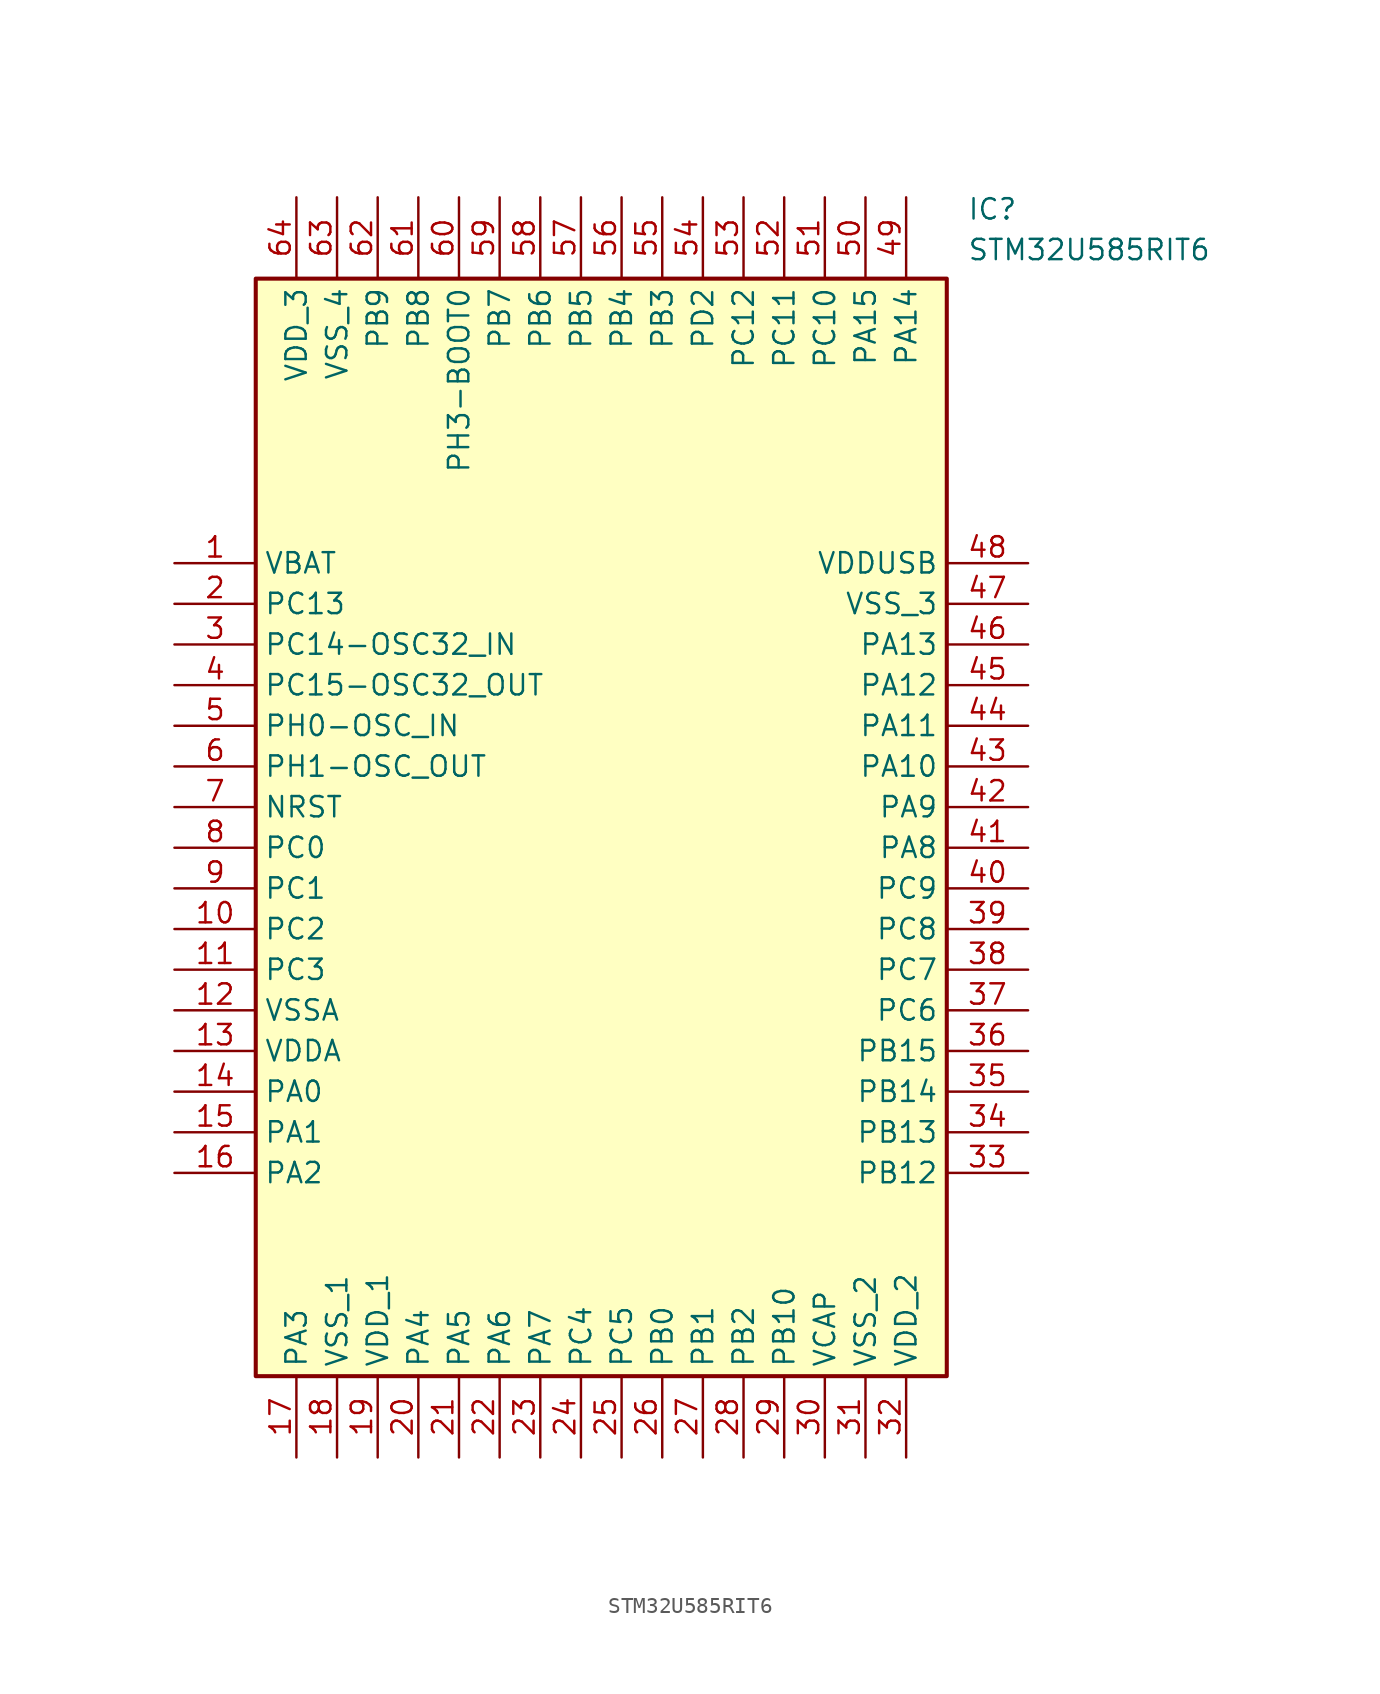
<source format=kicad_sym>
(kicad_symbol_lib
  (version 20211014)
  (generator SamacSys_ECAD_Model)
  (symbol "STM32U585RIT6"
    (property "Reference" "IC"
      (at 49.53 22.86 0)
      (effects (font (size 1.27 1.27)) (justify left top)))
    (property "Value" "STM32U585RIT6"
      (at 49.53 20.32 0)
      (effects (font (size 1.27 1.27)) (justify left top)))
    (rectangle
      (start 5.08 17.78)
      (end 48.26 -50.8)
      (stroke (width 0.254) (type default))
      (fill (type background)))
    (pin passive line
      (at 0 0 0)
      (length 5.08)
      (name "VBAT" (effects (font (size 1.27 1.27))))
      (number "1" (effects (font (size 1.27 1.27)))))
    (pin passive line
      (at 0 -2.54 0)
      (length 5.08)
      (name "PC13" (effects (font (size 1.27 1.27))))
      (number "2" (effects (font (size 1.27 1.27)))))
    (pin passive line
      (at 0 -5.08 0)
      (length 5.08)
      (name "PC14-OSC32_IN" (effects (font (size 1.27 1.27))))
      (number "3" (effects (font (size 1.27 1.27)))))
    (pin passive line
      (at 0 -7.62 0)
      (length 5.08)
      (name "PC15-OSC32_OUT" (effects (font (size 1.27 1.27))))
      (number "4" (effects (font (size 1.27 1.27)))))
    (pin passive line
      (at 0 -10.16 0)
      (length 5.08)
      (name "PH0-OSC_IN" (effects (font (size 1.27 1.27))))
      (number "5" (effects (font (size 1.27 1.27)))))
    (pin passive line
      (at 0 -12.7 0)
      (length 5.08)
      (name "PH1-OSC_OUT" (effects (font (size 1.27 1.27))))
      (number "6" (effects (font (size 1.27 1.27)))))
    (pin passive line
      (at 0 -15.24 0)
      (length 5.08)
      (name "NRST" (effects (font (size 1.27 1.27))))
      (number "7" (effects (font (size 1.27 1.27)))))
    (pin passive line
      (at 0 -17.78 0)
      (length 5.08)
      (name "PC0" (effects (font (size 1.27 1.27))))
      (number "8" (effects (font (size 1.27 1.27)))))
    (pin passive line
      (at 0 -20.32 0)
      (length 5.08)
      (name "PC1" (effects (font (size 1.27 1.27))))
      (number "9" (effects (font (size 1.27 1.27)))))
    (pin passive line
      (at 0 -22.86 0)
      (length 5.08)
      (name "PC2" (effects (font (size 1.27 1.27))))
      (number "10" (effects (font (size 1.27 1.27)))))
    (pin passive line
      (at 0 -25.4 0)
      (length 5.08)
      (name "PC3" (effects (font (size 1.27 1.27))))
      (number "11" (effects (font (size 1.27 1.27)))))
    (pin passive line
      (at 0 -27.94 0)
      (length 5.08)
      (name "VSSA" (effects (font (size 1.27 1.27))))
      (number "12" (effects (font (size 1.27 1.27)))))
    (pin passive line
      (at 0 -30.48 0)
      (length 5.08)
      (name "VDDA" (effects (font (size 1.27 1.27))))
      (number "13" (effects (font (size 1.27 1.27)))))
    (pin passive line
      (at 0 -33.02 0)
      (length 5.08)
      (name "PA0" (effects (font (size 1.27 1.27))))
      (number "14" (effects (font (size 1.27 1.27)))))
    (pin passive line
      (at 0 -35.56 0)
      (length 5.08)
      (name "PA1" (effects (font (size 1.27 1.27))))
      (number "15" (effects (font (size 1.27 1.27)))))
    (pin passive line
      (at 0 -38.1 0)
      (length 5.08)
      (name "PA2" (effects (font (size 1.27 1.27))))
      (number "16" (effects (font (size 1.27 1.27)))))
    (pin passive line
      (at 7.62 -55.88 90)
      (length 5.08)
      (name "PA3" (effects (font (size 1.27 1.27))))
      (number "17" (effects (font (size 1.27 1.27)))))
    (pin passive line
      (at 10.16 -55.88 90)
      (length 5.08)
      (name "VSS_1" (effects (font (size 1.27 1.27))))
      (number "18" (effects (font (size 1.27 1.27)))))
    (pin passive line
      (at 12.7 -55.88 90)
      (length 5.08)
      (name "VDD_1" (effects (font (size 1.27 1.27))))
      (number "19" (effects (font (size 1.27 1.27)))))
    (pin passive line
      (at 15.24 -55.88 90)
      (length 5.08)
      (name "PA4" (effects (font (size 1.27 1.27))))
      (number "20" (effects (font (size 1.27 1.27)))))
    (pin passive line
      (at 17.78 -55.88 90)
      (length 5.08)
      (name "PA5" (effects (font (size 1.27 1.27))))
      (number "21" (effects (font (size 1.27 1.27)))))
    (pin passive line
      (at 20.32 -55.88 90)
      (length 5.08)
      (name "PA6" (effects (font (size 1.27 1.27))))
      (number "22" (effects (font (size 1.27 1.27)))))
    (pin passive line
      (at 22.86 -55.88 90)
      (length 5.08)
      (name "PA7" (effects (font (size 1.27 1.27))))
      (number "23" (effects (font (size 1.27 1.27)))))
    (pin passive line
      (at 25.4 -55.88 90)
      (length 5.08)
      (name "PC4" (effects (font (size 1.27 1.27))))
      (number "24" (effects (font (size 1.27 1.27)))))
    (pin passive line
      (at 27.94 -55.88 90)
      (length 5.08)
      (name "PC5" (effects (font (size 1.27 1.27))))
      (number "25" (effects (font (size 1.27 1.27)))))
    (pin passive line
      (at 30.48 -55.88 90)
      (length 5.08)
      (name "PB0" (effects (font (size 1.27 1.27))))
      (number "26" (effects (font (size 1.27 1.27)))))
    (pin passive line
      (at 33.02 -55.88 90)
      (length 5.08)
      (name "PB1" (effects (font (size 1.27 1.27))))
      (number "27" (effects (font (size 1.27 1.27)))))
    (pin passive line
      (at 35.56 -55.88 90)
      (length 5.08)
      (name "PB2" (effects (font (size 1.27 1.27))))
      (number "28" (effects (font (size 1.27 1.27)))))
    (pin passive line
      (at 38.1 -55.88 90)
      (length 5.08)
      (name "PB10" (effects (font (size 1.27 1.27))))
      (number "29" (effects (font (size 1.27 1.27)))))
    (pin passive line
      (at 40.64 -55.88 90)
      (length 5.08)
      (name "VCAP" (effects (font (size 1.27 1.27))))
      (number "30" (effects (font (size 1.27 1.27)))))
    (pin passive line
      (at 43.18 -55.88 90)
      (length 5.08)
      (name "VSS_2" (effects (font (size 1.27 1.27))))
      (number "31" (effects (font (size 1.27 1.27)))))
    (pin passive line
      (at 45.72 -55.88 90)
      (length 5.08)
      (name "VDD_2" (effects (font (size 1.27 1.27))))
      (number "32" (effects (font (size 1.27 1.27)))))
    (pin passive line
      (at 53.34 0 180)
      (length 5.08)
      (name "VDDUSB" (effects (font (size 1.27 1.27))))
      (number "48" (effects (font (size 1.27 1.27)))))
    (pin passive line
      (at 53.34 -2.54 180)
      (length 5.08)
      (name "VSS_3" (effects (font (size 1.27 1.27))))
      (number "47" (effects (font (size 1.27 1.27)))))
    (pin passive line
      (at 53.34 -5.08 180)
      (length 5.08)
      (name "PA13" (effects (font (size 1.27 1.27))))
      (number "46" (effects (font (size 1.27 1.27)))))
    (pin passive line
      (at 53.34 -7.62 180)
      (length 5.08)
      (name "PA12" (effects (font (size 1.27 1.27))))
      (number "45" (effects (font (size 1.27 1.27)))))
    (pin passive line
      (at 53.34 -10.16 180)
      (length 5.08)
      (name "PA11" (effects (font (size 1.27 1.27))))
      (number "44" (effects (font (size 1.27 1.27)))))
    (pin passive line
      (at 53.34 -12.7 180)
      (length 5.08)
      (name "PA10" (effects (font (size 1.27 1.27))))
      (number "43" (effects (font (size 1.27 1.27)))))
    (pin passive line
      (at 53.34 -15.24 180)
      (length 5.08)
      (name "PA9" (effects (font (size 1.27 1.27))))
      (number "42" (effects (font (size 1.27 1.27)))))
    (pin passive line
      (at 53.34 -17.78 180)
      (length 5.08)
      (name "PA8" (effects (font (size 1.27 1.27))))
      (number "41" (effects (font (size 1.27 1.27)))))
    (pin passive line
      (at 53.34 -20.32 180)
      (length 5.08)
      (name "PC9" (effects (font (size 1.27 1.27))))
      (number "40" (effects (font (size 1.27 1.27)))))
    (pin passive line
      (at 53.34 -22.86 180)
      (length 5.08)
      (name "PC8" (effects (font (size 1.27 1.27))))
      (number "39" (effects (font (size 1.27 1.27)))))
    (pin passive line
      (at 53.34 -25.4 180)
      (length 5.08)
      (name "PC7" (effects (font (size 1.27 1.27))))
      (number "38" (effects (font (size 1.27 1.27)))))
    (pin passive line
      (at 53.34 -27.94 180)
      (length 5.08)
      (name "PC6" (effects (font (size 1.27 1.27))))
      (number "37" (effects (font (size 1.27 1.27)))))
    (pin passive line
      (at 53.34 -30.48 180)
      (length 5.08)
      (name "PB15" (effects (font (size 1.27 1.27))))
      (number "36" (effects (font (size 1.27 1.27)))))
    (pin passive line
      (at 53.34 -33.02 180)
      (length 5.08)
      (name "PB14" (effects (font (size 1.27 1.27))))
      (number "35" (effects (font (size 1.27 1.27)))))
    (pin passive line
      (at 53.34 -35.56 180)
      (length 5.08)
      (name "PB13" (effects (font (size 1.27 1.27))))
      (number "34" (effects (font (size 1.27 1.27)))))
    (pin passive line
      (at 53.34 -38.1 180)
      (length 5.08)
      (name "PB12" (effects (font (size 1.27 1.27))))
      (number "33" (effects (font (size 1.27 1.27)))))
    (pin passive line
      (at 7.62 22.86 270)
      (length 5.08)
      (name "VDD_3" (effects (font (size 1.27 1.27))))
      (number "64" (effects (font (size 1.27 1.27)))))
    (pin passive line
      (at 10.16 22.86 270)
      (length 5.08)
      (name "VSS_4" (effects (font (size 1.27 1.27))))
      (number "63" (effects (font (size 1.27 1.27)))))
    (pin passive line
      (at 12.7 22.86 270)
      (length 5.08)
      (name "PB9" (effects (font (size 1.27 1.27))))
      (number "62" (effects (font (size 1.27 1.27)))))
    (pin passive line
      (at 15.24 22.86 270)
      (length 5.08)
      (name "PB8" (effects (font (size 1.27 1.27))))
      (number "61" (effects (font (size 1.27 1.27)))))
    (pin passive line
      (at 17.78 22.86 270)
      (length 5.08)
      (name "PH3-BOOT0" (effects (font (size 1.27 1.27))))
      (number "60" (effects (font (size 1.27 1.27)))))
    (pin passive line
      (at 20.32 22.86 270)
      (length 5.08)
      (name "PB7" (effects (font (size 1.27 1.27))))
      (number "59" (effects (font (size 1.27 1.27)))))
    (pin passive line
      (at 22.86 22.86 270)
      (length 5.08)
      (name "PB6" (effects (font (size 1.27 1.27))))
      (number "58" (effects (font (size 1.27 1.27)))))
    (pin passive line
      (at 25.4 22.86 270)
      (length 5.08)
      (name "PB5" (effects (font (size 1.27 1.27))))
      (number "57" (effects (font (size 1.27 1.27)))))
    (pin passive line
      (at 27.94 22.86 270)
      (length 5.08)
      (name "PB4" (effects (font (size 1.27 1.27))))
      (number "56" (effects (font (size 1.27 1.27)))))
    (pin passive line
      (at 30.48 22.86 270)
      (length 5.08)
      (name "PB3" (effects (font (size 1.27 1.27))))
      (number "55" (effects (font (size 1.27 1.27)))))
    (pin passive line
      (at 33.02 22.86 270)
      (length 5.08)
      (name "PD2" (effects (font (size 1.27 1.27))))
      (number "54" (effects (font (size 1.27 1.27)))))
    (pin passive line
      (at 35.56 22.86 270)
      (length 5.08)
      (name "PC12" (effects (font (size 1.27 1.27))))
      (number "53" (effects (font (size 1.27 1.27)))))
    (pin passive line
      (at 38.1 22.86 270)
      (length 5.08)
      (name "PC11" (effects (font (size 1.27 1.27))))
      (number "52" (effects (font (size 1.27 1.27)))))
    (pin passive line
      (at 40.64 22.86 270)
      (length 5.08)
      (name "PC10" (effects (font (size 1.27 1.27))))
      (number "51" (effects (font (size 1.27 1.27)))))
    (pin passive line
      (at 43.18 22.86 270)
      (length 5.08)
      (name "PA15" (effects (font (size 1.27 1.27))))
      (number "50" (effects (font (size 1.27 1.27)))))
    (pin passive line
      (at 45.72 22.86 270)
      (length 5.08)
      (name "PA14" (effects (font (size 1.27 1.27))))
      (number "49" (effects (font (size 1.27 1.27)))))))
</source>
